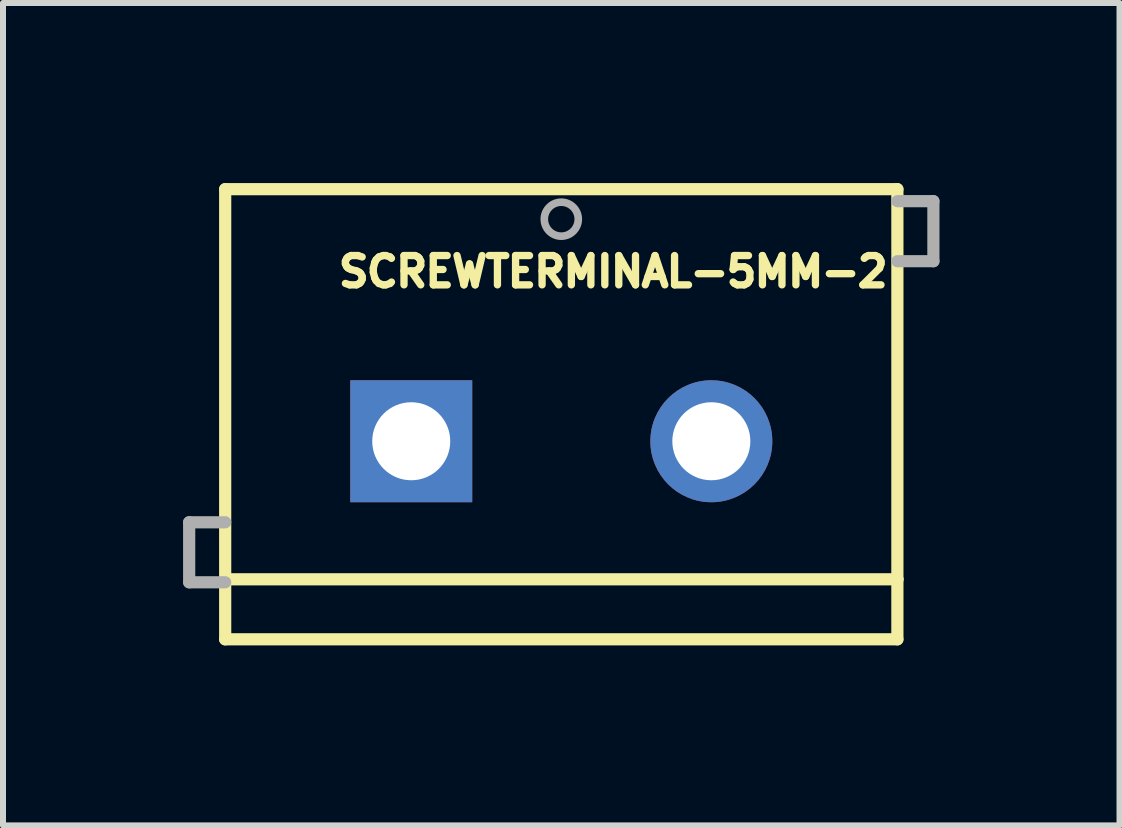
<source format=kicad_pcb>
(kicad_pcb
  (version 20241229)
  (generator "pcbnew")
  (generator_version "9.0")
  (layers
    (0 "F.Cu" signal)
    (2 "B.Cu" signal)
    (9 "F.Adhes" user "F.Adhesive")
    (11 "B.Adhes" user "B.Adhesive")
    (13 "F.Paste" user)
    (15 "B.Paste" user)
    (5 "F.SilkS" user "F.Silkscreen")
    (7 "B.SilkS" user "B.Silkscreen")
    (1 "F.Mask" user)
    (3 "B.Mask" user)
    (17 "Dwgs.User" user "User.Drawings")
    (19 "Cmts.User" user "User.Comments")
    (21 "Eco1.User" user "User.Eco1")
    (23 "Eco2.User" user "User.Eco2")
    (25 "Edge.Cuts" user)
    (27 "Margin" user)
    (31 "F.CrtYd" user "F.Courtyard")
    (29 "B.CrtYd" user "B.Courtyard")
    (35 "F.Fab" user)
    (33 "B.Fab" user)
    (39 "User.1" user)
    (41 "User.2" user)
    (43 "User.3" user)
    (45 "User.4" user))
  (footprint "SCREWTERMINAL-5MM-2"
    (layer "F.Cu")
    (at 3.802 4.302)
    (property "Reference" "SCREWTERMINAL-5MM-2" (at -1.27 -2.54 0) (layer "F.SilkS") (effects (font (size 0.488 0.488) (thickness 0.122)) (justify left bottom)))
    (fp_line (start -3.1 -4.2) (end 8.1 -4.2) (stroke (width 0.203) (type solid)) (layer "F.SilkS"))
    (fp_line (start -3.1 2.3) (end -3.1 -4.2) (stroke (width 0.203) (type solid)) (layer "F.SilkS"))
    (fp_line (start -3.1 3.3) (end -3.1 2.3) (stroke (width 0.203) (type solid)) (layer "F.SilkS"))
    (fp_line (start 8.1 -4.2) (end 8.1 2.3) (stroke (width 0.203) (type solid)) (layer "F.SilkS"))
    (fp_line (start 8.1 2.3) (end -3.1 2.3) (stroke (width 0.203) (type solid)) (layer "F.SilkS"))
    (fp_line (start 8.1 2.3) (end 8.1 3.3) (stroke (width 0.203) (type solid)) (layer "F.SilkS"))
    (fp_line (start 8.1 3.3) (end -3.1 3.3) (stroke (width 0.203) (type solid)) (layer "F.SilkS"))
    (fp_line (start -3.7 1.35) (end -3.7 2.35) (stroke (width 0.203) (type solid)) (layer "F.Fab"))
    (fp_line (start -3.7 2.35) (end -3.1 2.35) (stroke (width 0.203) (type solid)) (layer "F.Fab"))
    (fp_line (start -3.1 1.35) (end -3.7 1.35) (stroke (width 0.203) (type solid)) (layer "F.Fab"))
    (fp_line (start 8.1 -4) (end 8.7 -4) (stroke (width 0.203) (type solid)) (layer "F.Fab"))
    (fp_line (start 8.7 -4) (end 8.7 -3) (stroke (width 0.203) (type solid)) (layer "F.Fab"))
    (fp_line (start 8.7 -3) (end 8.1 -3) (stroke (width 0.203) (type solid)) (layer "F.Fab"))
    (fp_circle (center 2.5 -3.7) (end 2.783 -3.7) (stroke (width 0.127) (type solid)) (fill no) (layer "F.Fab"))
    (pad "1" thru_hole rect (at 0 0) (size 2.032 2.032) (drill 1.3) (layers "*.Cu" "*.Mask"))
    (pad "2" thru_hole circle (at 5 0) (size 2.032 2.032) (drill 1.3) (layers "*.Cu" "*.Mask")))
  (gr_rect
    (start -3 -3)
    (end 15.603 10.703)
    (stroke (width 0.1) (type default))
    (fill no)
    (layer "Edge.Cuts")))
</source>
